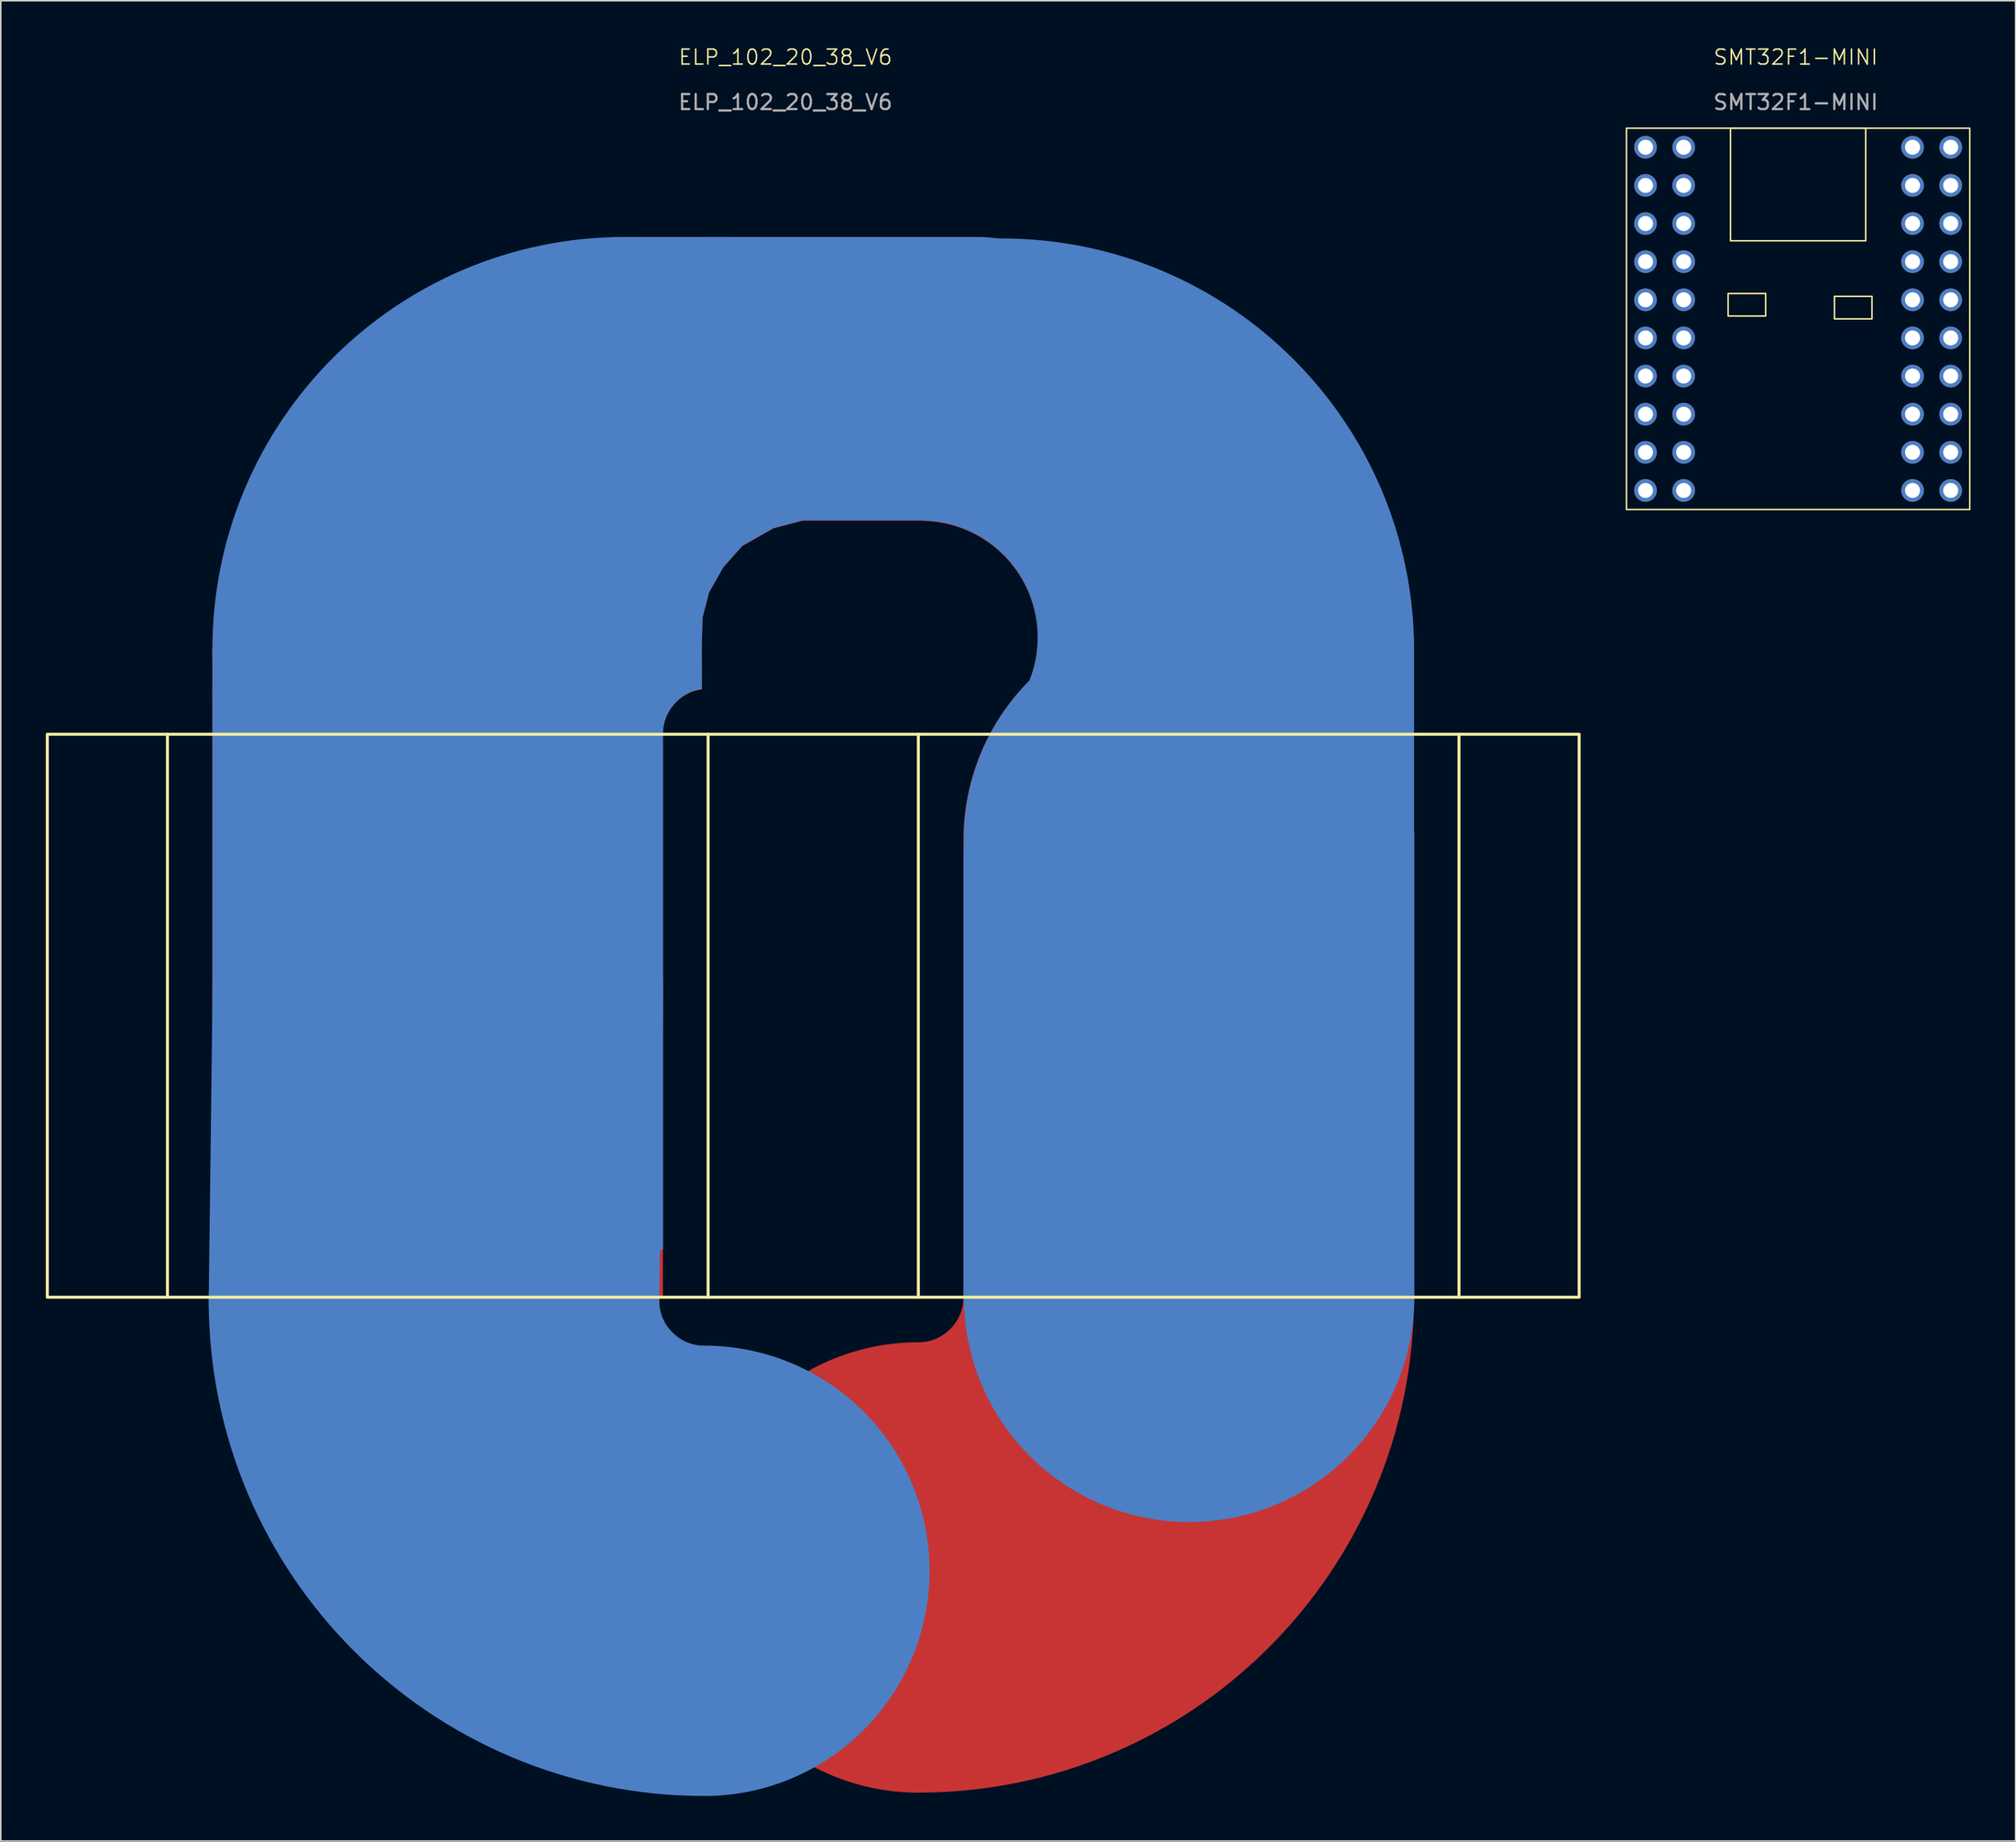
<source format=kicad_pcb>
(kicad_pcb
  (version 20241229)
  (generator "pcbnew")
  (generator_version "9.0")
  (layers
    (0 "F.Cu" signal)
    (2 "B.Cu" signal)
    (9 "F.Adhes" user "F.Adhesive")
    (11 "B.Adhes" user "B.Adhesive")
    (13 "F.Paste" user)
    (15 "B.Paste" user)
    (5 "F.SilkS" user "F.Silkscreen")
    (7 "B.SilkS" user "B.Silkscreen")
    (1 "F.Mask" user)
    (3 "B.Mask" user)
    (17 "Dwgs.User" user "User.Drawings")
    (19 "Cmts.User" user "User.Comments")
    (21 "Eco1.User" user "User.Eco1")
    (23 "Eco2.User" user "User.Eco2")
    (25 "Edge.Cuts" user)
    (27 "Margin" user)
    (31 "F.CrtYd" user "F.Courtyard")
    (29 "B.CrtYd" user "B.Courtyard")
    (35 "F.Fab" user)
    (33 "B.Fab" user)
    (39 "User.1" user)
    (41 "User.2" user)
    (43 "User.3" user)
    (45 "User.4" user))
  (footprint "ELP_102_20_38_V6"
    (layer "F.Cu")
    (at 49.25 1.26)
    (property "Reference" "ELP_102_20_38_V6" (at 0 -0.5 0) (unlocked yes) (layer "F.SilkS") (effects (font (size 1 1) (thickness 0.1))))
    (fp_line (start 12.8 20.94) (end -5.15 20.94) (stroke (width 18.88) (type solid)) (layer "F.Cu"))
    (fp_line (start 26.85 82.1) (end 26.85 51.633) (stroke (width 30) (type default)) (layer "F.Cu"))
    (fp_rect (start -38.06 44.6) (end -8.26 82.1) (stroke (width 0.2) (type solid)) (fill yes) (layer "F.Cu"))
    (fp_rect (start -10.82 11.6) (end -3.54 13.57) (stroke (width 0.2) (type solid)) (fill yes) (layer "F.Cu"))
    (fp_rect (start 38.66 39.032) (end 41.75 61.572) (stroke (width 0.2) (type solid)) (fill yes) (layer "F.Cu"))
    (fp_arc (start -28.71 38.94) (mid -23.437922 26.212078) (end -10.71 20.94) (stroke (width 18.88) (type solid)) (layer "F.Cu"))
    (fp_arc (start -8.27 44.6125) (mid -7.527429 42.587374) (end -5.658526 41.510456) (stroke (width 0.2) (type solid)) (layer "F.Cu"))
    (fp_arc (start 9.26 30.242501) (mid 15.636736 33.803281) (end 16.391826 41.067698) (stroke (width 0.3) (type solid)) (layer "F.Cu"))
    (fp_arc (start 14.41 21.04) (mid 27.137922 26.312078) (end 32.41 39.04) (stroke (width 18.88) (type solid)) (layer "F.Cu"))
    (fp_arc (start 26.85 82.1) (mid 21.577922 94.827922) (end 8.85 100.1) (stroke (width 30) (type solid)) (layer "F.Cu"))
    (fp_poly (pts (xy -8.111 40.863) (xy -6.101 41.173) (xy -7.599 42.568) (xy -8.031 43.313) (xy -8.271 43.783) (xy -8.631 43.313)) (stroke (width 0.2) (type solid)) (fill yes) (layer "F.Cu"))
    (fp_poly (pts (xy 10.327 30.333) (xy 12.667 30.963) (xy 15.157 32.873) (xy 16.347 34.863) (xy 17.027 37.323) (xy 17.007 39.293) (xy 16.498 41.038) (xy 25.027 36.573) (xy 16.498 29.263) (xy 10.597 29.843)) (stroke (width 0.2) (type solid)) (fill yes) (layer "F.Cu"))
    (fp_poly (pts (xy 1.13 30.383) (xy -0.79 30.883) (xy -2.87 32.062) (xy -4.13 33.472) (xy -5.09 35.172) (xy -5.52 36.822) (xy -5.58 38.712) (xy -5.57 41.612) (xy -7.55 42.002) (xy -8.2 43.333) (xy -8.19 44.602) (xy -38.15 44.612) (xy -38.16 38.922) (xy -20.25 25.102)) (stroke (width 0) (type solid)) (fill yes) (layer "F.Cu"))
    (fp_line (start -23.402 82.325) (end -23.142 61.61) (stroke (width 30) (type default)) (layer "B.Cu"))
    (fp_line (start 12.808 20.915) (end -5.142 20.915) (stroke (width 18.88) (type solid)) (layer "B.Cu"))
    (fp_line (start 26.878 82.075) (end 26.878 51.607) (stroke (width 30) (type default)) (layer "B.Cu"))
    (fp_rect (start -38.052 41.357) (end -8.252 78.857) (stroke (width 0.2) (type solid)) (fill yes) (layer "B.Cu"))
    (fp_rect (start -10.812 11.575) (end -3.532 13.545) (stroke (width 0.2) (type solid)) (fill yes) (layer "B.Cu"))
    (fp_rect (start 11.958 52.725) (end 41.758 82.075) (stroke (width 0.2) (type solid)) (fill yes) (layer "B.Cu"))
    (fp_rect (start 38.668 39.007) (end 41.758 61.547) (stroke (width 0.2) (type solid)) (fill yes) (layer "B.Cu"))
    (fp_arc (start -28.711826 38.914718) (mid -23.439748 26.186796) (end -10.711826 20.914718) (stroke (width 18.88) (type solid)) (layer "B.Cu"))
    (fp_arc (start -8.261826 44.587218) (mid -7.519255 42.562091) (end -5.650352 41.485174) (stroke (width 0.2) (type solid)) (layer "B.Cu"))
    (fp_arc (start -5.401826 100.324718) (mid -18.129748 95.05264) (end -23.401826 82.324718) (stroke (width 30) (type solid)) (layer "B.Cu"))
    (fp_arc (start 9.268174 30.217219) (mid 15.64491 33.777999) (end 16.4 41.042416) (stroke (width 0.3) (type solid)) (layer "B.Cu"))
    (fp_arc (start 14.418174 21.014718) (mid 27.146096 26.286796) (end 32.418174 39.014718) (stroke (width 18.88) (type solid)) (layer "B.Cu"))
    (fp_poly (pts (xy -8.103 40.838) (xy -6.093 41.148) (xy -7.59 42.543) (xy -8.023 43.288) (xy -8.263 43.758) (xy -8.623 43.288)) (stroke (width 0.2) (type solid)) (fill yes) (layer "B.Cu"))
    (fp_poly (pts (xy 10.335 30.307) (xy 12.675 30.937) (xy 15.165 32.847) (xy 16.355 34.837) (xy 17.035 37.297) (xy 17.015 39.267) (xy 16.507 41.013) (xy 25.035 36.547) (xy 16.507 29.237) (xy 10.605 29.817)) (stroke (width 0.2) (type solid)) (fill yes) (layer "B.Cu"))
    (fp_poly (pts (xy 1.138 30.357) (xy -0.782 30.857) (xy -2.862 32.037) (xy -4.122 33.447) (xy -5.082 35.147) (xy -5.512 36.797) (xy -5.572 38.687) (xy -5.562 41.587) (xy -7.542 41.977) (xy -8.192 43.307) (xy -8.182 44.577) (xy -38.142 44.587) (xy -38.152 38.897) (xy -20.242 25.077)) (stroke (width 0) (type solid)) (fill yes) (layer "B.Cu"))
    (fp_line (start -34.587 21.3) (end -34.587 82.1) (stroke (width 7.125) (type default)) (layer "In1.Cu"))
    (fp_line (start -26.962 44.6) (end -26.962 82.1) (stroke (width 7.125) (type default)) (layer "In1.Cu"))
    (fp_line (start -19.337 44.6) (end -19.337 82.1) (stroke (width 7.125) (type default)) (layer "In1.Cu"))
    (fp_line (start -11.713 44.6) (end -11.713 82.1) (stroke (width 7.125) (type default)) (layer "In1.Cu"))
    (fp_line (start -5.15 88.662) (end 8.85 88.662) (stroke (width 7.125) (type default)) (layer "In1.Cu"))
    (fp_line (start -5.15 96.287) (end 8.85 96.287) (stroke (width 7.125) (type default)) (layer "In1.Cu"))
    (fp_line (start -5.15 103.912) (end 8.85 103.912) (stroke (width 7.125) (type default)) (layer "In1.Cu"))
    (fp_line (start -5.15 111.537) (end 8.85 111.537) (stroke (width 7.125) (type default)) (layer "In1.Cu"))
    (fp_line (start 8.85 15.162) (end 2.475 15.162) (stroke (width 7.125) (type default)) (layer "In1.Cu"))
    (fp_line (start 8.85 22.788) (end 2.475 22.788) (stroke (width 7.125) (type default)) (layer "In1.Cu"))
    (fp_line (start 8.85 30.413) (end 2.475 30.413) (stroke (width 7.125) (type default)) (layer "In1.Cu"))
    (fp_line (start 8.85 38.038) (end 2.03 38.038) (stroke (width 7.125) (type default)) (layer "In1.Cu"))
    (fp_line (start 15.412 82.1) (end 15.412 44.6) (stroke (width 7.125) (type default)) (layer "In1.Cu"))
    (fp_line (start 23.038 82.1) (end 23.038 44.6) (stroke (width 7.125) (type default)) (layer "In1.Cu"))
    (fp_line (start 30.663 82.1) (end 30.663 44.6) (stroke (width 7.125) (type default)) (layer "In1.Cu"))
    (fp_line (start 38.288 82.1) (end 38.288 44.6) (stroke (width 7.125) (type default)) (layer "In1.Cu"))
    (fp_arc (start -26.9625 44.6) (mid -18.340456 23.784544) (end 2.475 15.1625) (stroke (width 7.125) (type solid)) (layer "In1.Cu"))
    (fp_arc (start -19.3375 44.6) (mid -12.948767 29.176233) (end 2.475 22.7875) (stroke (width 7.125) (type solid)) (layer "In1.Cu"))
    (fp_arc (start -11.7125 44.6) (mid -7.557077 34.567923) (end 2.475 30.4125) (stroke (width 7.125) (type solid)) (layer "In1.Cu"))
    (fp_arc (start -5.15 88.6625) (mid -9.790388 86.740388) (end -11.7125 82.1) (stroke (width 7.125) (type solid)) (layer "In1.Cu"))
    (fp_arc (start -5.15 96.2875) (mid -15.182077 92.132077) (end -19.3375 82.1) (stroke (width 7.125) (type solid)) (layer "In1.Cu"))
    (fp_arc (start -5.15 103.9125) (mid -20.573767 97.523767) (end -26.9625 82.1) (stroke (width 7.125) (type solid)) (layer "In1.Cu"))
    (fp_arc (start -5.15 111.5375) (mid -25.965456 102.915456) (end -34.5875 82.1) (stroke (width 7.125) (type solid)) (layer "In1.Cu"))
    (fp_arc (start 8.85 15.1625) (mid 29.665456 23.784544) (end 38.2875 44.6) (stroke (width 7.125) (type solid)) (layer "In1.Cu"))
    (fp_arc (start 8.85 22.7875) (mid 24.273767 29.176233) (end 30.6625 44.6) (stroke (width 7.125) (type solid)) (layer "In1.Cu"))
    (fp_arc (start 8.85 30.4125) (mid 18.882077 34.567923) (end 23.0375 44.6) (stroke (width 7.125) (type solid)) (layer "In1.Cu"))
    (fp_arc (start 8.85 38.0375) (mid 13.490388 39.959612) (end 15.4125 44.6) (stroke (width 7.125) (type solid)) (layer "In1.Cu"))
    (fp_arc (start 15.4125 82.1) (mid 13.490388 86.740388) (end 8.85 88.6625) (stroke (width 7.125) (type solid)) (layer "In1.Cu"))
    (fp_arc (start 23.0375 82.1) (mid 18.882077 92.132077) (end 8.85 96.2875) (stroke (width 7.125) (type solid)) (layer "In1.Cu"))
    (fp_arc (start 30.6625 82.1) (mid 24.273767 97.523767) (end 8.85 103.9125) (stroke (width 7.125) (type solid)) (layer "In1.Cu"))
    (fp_arc (start 38.2875 82.1) (mid 29.665456 102.915456) (end 8.85 111.5375) (stroke (width 7.125) (type solid)) (layer "In1.Cu"))
    (fp_line (start -41.15 44.6) (end -41.15 82.1) (stroke (width 0.2) (type default)) (layer "F.SilkS"))
    (fp_line (start -5.15 44.6) (end -5.15 82.1) (stroke (width 0.2) (type default)) (layer "F.SilkS"))
    (fp_line (start 8.85 44.6) (end 8.85 82.1) (stroke (width 0.2) (type default)) (layer "F.SilkS"))
    (fp_line (start 44.85 44.6) (end 44.85 82.1) (stroke (width 0.2) (type default)) (layer "F.SilkS"))
    (fp_rect (start -49.15 44.6) (end 52.85 82.1) (stroke (width 0.2) (type solid)) (fill no) (layer "F.SilkS"))
    (fp_line (start 8.85 38.03) (end 2.03 38.03) (stroke (width 7.125) (type default)) (layer "In2.Cu"))
    (fp_text user "${REFERENCE}" (at 0 2.5 0) (unlocked yes) (layer "F.Fab") (effects (font (size 1 1) (thickness 0.15)))))
  (footprint "SMT32F1-MINI"
    (layer "F.Cu")
    (at 116.52 1.26)
    (property "Reference" "SMT32F1-MINI" (at 0 -0.5 0) (unlocked yes) (layer "F.SilkS") (effects (font (size 1 1) (thickness 0.1))))
    (fp_rect (start -11.27 4.23) (end 11.59 29.63) (stroke (width 0.1) (type default)) (fill no) (layer "F.SilkS"))
    (fp_rect (start -4.5 15.24) (end -2 16.74) (stroke (width 0.1) (type default)) (fill no) (layer "F.SilkS"))
    (fp_rect (start -4.34 4.23) (end 4.66 11.73) (stroke (width 0.1) (type default)) (fill no) (layer "F.SilkS"))
    (fp_rect (start 2.58 15.43) (end 5.08 16.93) (stroke (width 0.1) (type default)) (fill no) (layer "F.SilkS"))
    (fp_text user "${REFERENCE}" (at 0 2.5 0) (unlocked yes) (layer "F.Fab") (effects (font (size 1 1) (thickness 0.15))))
    (pad "1" thru_hole circle (at -10 5.5) (size 1.508 1.508) (drill 1) (layers "*.Cu" "*.Mask"))
    (pad "2" thru_hole circle (at -10 8.04) (size 1.508 1.508) (drill 1) (layers "*.Cu" "*.Mask"))
    (pad "3" thru_hole circle (at -10 10.58) (size 1.508 1.508) (drill 1) (layers "*.Cu" "*.Mask"))
    (pad "4" thru_hole circle (at -10 13.12) (size 1.508 1.508) (drill 1) (layers "*.Cu" "*.Mask"))
    (pad "5" thru_hole circle (at -10 15.66) (size 1.508 1.508) (drill 1) (layers "*.Cu" "*.Mask"))
    (pad "6" thru_hole circle (at -10 18.2) (size 1.508 1.508) (drill 1) (layers "*.Cu" "*.Mask"))
    (pad "7" thru_hole circle (at -10 20.74) (size 1.508 1.508) (drill 1) (layers "*.Cu" "*.Mask"))
    (pad "8" thru_hole circle (at -10 23.28) (size 1.508 1.508) (drill 1) (layers "*.Cu" "*.Mask"))
    (pad "9" thru_hole circle (at -10 25.82) (size 1.508 1.508) (drill 1) (layers "*.Cu" "*.Mask"))
    (pad "10" thru_hole circle (at -10 28.36) (size 1.508 1.508) (drill 1) (layers "*.Cu" "*.Mask"))
    (pad "11" thru_hole circle (at -7.46 5.5) (size 1.508 1.508) (drill 1) (layers "*.Cu" "*.Mask"))
    (pad "12" thru_hole circle (at -7.46 8.04) (size 1.508 1.508) (drill 1) (layers "*.Cu" "*.Mask"))
    (pad "13" thru_hole circle (at -7.46 10.58) (size 1.508 1.508) (drill 1) (layers "*.Cu" "*.Mask"))
    (pad "14" thru_hole circle (at -7.46 13.12) (size 1.508 1.508) (drill 1) (layers "*.Cu" "*.Mask"))
    (pad "15" thru_hole circle (at -7.46 15.66) (size 1.508 1.508) (drill 1) (layers "*.Cu" "*.Mask"))
    (pad "16" thru_hole circle (at -7.46 18.2) (size 1.508 1.508) (drill 1) (layers "*.Cu" "*.Mask"))
    (pad "17" thru_hole circle (at -7.46 20.74) (size 1.508 1.508) (drill 1) (layers "*.Cu" "*.Mask"))
    (pad "18" thru_hole circle (at -7.46 23.28) (size 1.508 1.508) (drill 1) (layers "*.Cu" "*.Mask"))
    (pad "19" thru_hole circle (at -7.46 25.82) (size 1.508 1.508) (drill 1) (layers "*.Cu" "*.Mask"))
    (pad "20" thru_hole circle (at -7.46 28.36) (size 1.508 1.508) (drill 1) (layers "*.Cu" "*.Mask"))
    (pad "21" thru_hole circle (at 7.78 5.5) (size 1.508 1.508) (drill 1) (layers "*.Cu" "*.Mask"))
    (pad "22" thru_hole circle (at 7.78 8.04) (size 1.508 1.508) (drill 1) (layers "*.Cu" "*.Mask"))
    (pad "23" thru_hole circle (at 7.78 10.58) (size 1.508 1.508) (drill 1) (layers "*.Cu" "*.Mask"))
    (pad "24" thru_hole circle (at 7.78 13.12) (size 1.508 1.508) (drill 1) (layers "*.Cu" "*.Mask"))
    (pad "25" thru_hole circle (at 7.78 15.66) (size 1.508 1.508) (drill 1) (layers "*.Cu" "*.Mask"))
    (pad "26" thru_hole circle (at 7.78 18.2) (size 1.508 1.508) (drill 1) (layers "*.Cu" "*.Mask"))
    (pad "27" thru_hole circle (at 7.78 20.74) (size 1.508 1.508) (drill 1) (layers "*.Cu" "*.Mask"))
    (pad "28" thru_hole circle (at 7.78 23.28) (size 1.508 1.508) (drill 1) (layers "*.Cu" "*.Mask"))
    (pad "29" thru_hole circle (at 7.78 25.82) (size 1.508 1.508) (drill 1) (layers "*.Cu" "*.Mask"))
    (pad "30" thru_hole circle (at 7.78 28.36) (size 1.508 1.508) (drill 1) (layers "*.Cu" "*.Mask"))
    (pad "31" thru_hole circle (at 10.32 5.5) (size 1.508 1.508) (drill 1) (layers "*.Cu" "*.Mask"))
    (pad "32" thru_hole circle (at 10.32 8.04) (size 1.508 1.508) (drill 1) (layers "*.Cu" "*.Mask"))
    (pad "33" thru_hole circle (at 10.32 10.58) (size 1.508 1.508) (drill 1) (layers "*.Cu" "*.Mask"))
    (pad "34" thru_hole circle (at 10.32 13.12) (size 1.508 1.508) (drill 1) (layers "*.Cu" "*.Mask"))
    (pad "35" thru_hole circle (at 10.32 15.66) (size 1.508 1.508) (drill 1) (layers "*.Cu" "*.Mask"))
    (pad "36" thru_hole circle (at 10.32 18.2) (size 1.508 1.508) (drill 1) (layers "*.Cu" "*.Mask"))
    (pad "37" thru_hole circle (at 10.32 20.74) (size 1.508 1.508) (drill 1) (layers "*.Cu" "*.Mask"))
    (pad "38" thru_hole circle (at 10.32 23.28) (size 1.508 1.508) (drill 1) (layers "*.Cu" "*.Mask"))
    (pad "39" thru_hole circle (at 10.32 25.82) (size 1.508 1.508) (drill 1) (layers "*.Cu" "*.Mask"))
    (pad "40" thru_hole circle (at 10.32 28.36) (size 1.508 1.508) (drill 1) (layers "*.Cu" "*.Mask")))
  (gr_rect
    (start -3 -3)
    (end 131.16 119.585)
    (stroke (width 0.1) (type default))
    (fill no)
    (layer "Edge.Cuts")))
</source>
